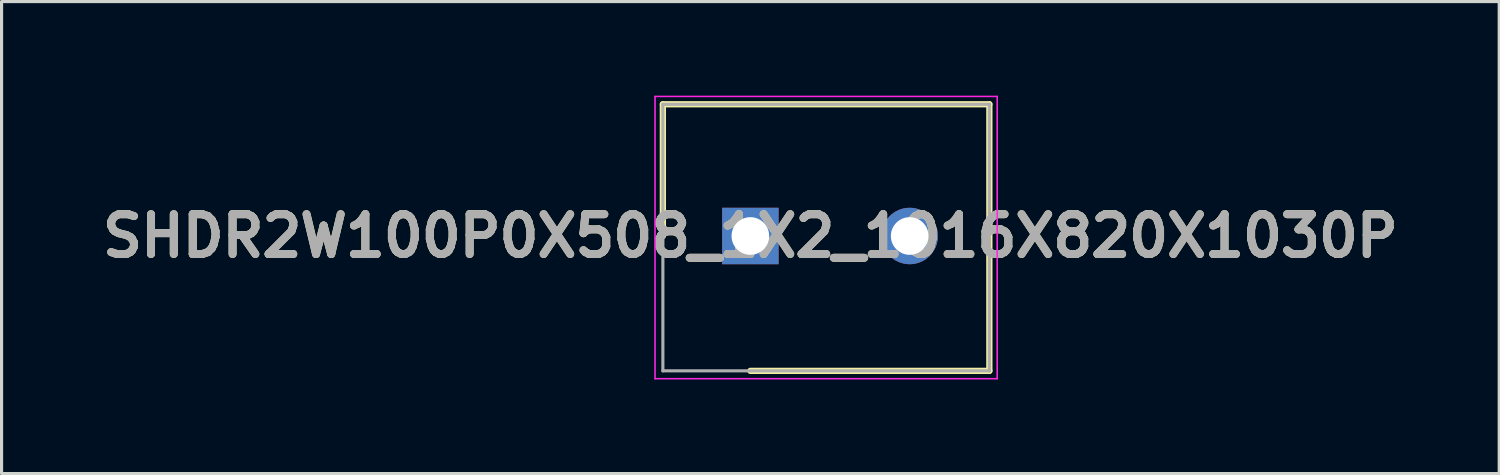
<source format=kicad_pcb>
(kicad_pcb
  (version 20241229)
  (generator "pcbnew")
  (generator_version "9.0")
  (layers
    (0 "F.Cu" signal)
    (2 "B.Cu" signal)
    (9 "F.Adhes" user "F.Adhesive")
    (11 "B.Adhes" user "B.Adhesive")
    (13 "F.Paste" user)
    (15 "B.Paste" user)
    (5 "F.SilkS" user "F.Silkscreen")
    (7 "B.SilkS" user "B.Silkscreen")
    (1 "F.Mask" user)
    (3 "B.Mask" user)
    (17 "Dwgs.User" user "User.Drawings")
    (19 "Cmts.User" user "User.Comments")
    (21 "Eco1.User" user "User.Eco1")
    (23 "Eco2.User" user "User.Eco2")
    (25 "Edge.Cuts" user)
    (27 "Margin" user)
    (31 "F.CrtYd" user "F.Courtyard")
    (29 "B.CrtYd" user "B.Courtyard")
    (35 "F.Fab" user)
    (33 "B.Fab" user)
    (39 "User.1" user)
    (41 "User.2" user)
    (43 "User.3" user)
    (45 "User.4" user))
  (footprint "SHDR2W100P0X508_1X2_1016X820X1030P"
    (layer "F.Cu")
    (at 20.876 4.475)
    (property "Reference" "SHDR2W100P0X508_1X2_1016X820X1030P" (at 0 0 0) (layer "F.SilkS") (effects (font (size 1.27 1.27) (thickness 0.254))))
    (attr through_hole)
    (fp_line (start -2.79 -4.2) (end -2.79 0) (stroke (width 0.2) (type solid)) (layer "F.SilkS"))
    (fp_line (start 0 4.3) (end 7.62 4.3) (stroke (width 0.2) (type solid)) (layer "F.SilkS"))
    (fp_line (start 7.62 -4.2) (end -2.79 -4.2) (stroke (width 0.2) (type solid)) (layer "F.SilkS"))
    (fp_line (start 7.62 4.3) (end 7.62 -4.2) (stroke (width 0.2) (type solid)) (layer "F.SilkS"))
    (fp_line (start -3.04 -4.45) (end 7.87 -4.45) (stroke (width 0.05) (type solid)) (layer "F.CrtYd"))
    (fp_line (start -3.04 4.55) (end -3.04 -4.45) (stroke (width 0.05) (type solid)) (layer "F.CrtYd"))
    (fp_line (start 7.87 -4.45) (end 7.87 4.55) (stroke (width 0.05) (type solid)) (layer "F.CrtYd"))
    (fp_line (start 7.87 4.55) (end -3.04 4.55) (stroke (width 0.05) (type solid)) (layer "F.CrtYd"))
    (fp_line (start -2.79 -4.2) (end 7.62 -4.2) (stroke (width 0.1) (type solid)) (layer "F.Fab"))
    (fp_line (start -2.79 4.3) (end -2.79 -4.2) (stroke (width 0.1) (type solid)) (layer "F.Fab"))
    (fp_line (start 7.62 -4.2) (end 7.62 4.3) (stroke (width 0.1) (type solid)) (layer "F.Fab"))
    (fp_line (start 7.62 4.3) (end -2.79 4.3) (stroke (width 0.1) (type solid)) (layer "F.Fab"))
    (fp_text user "${REFERENCE}" (at 0 0 0) (layer "F.Fab") (effects (font (size 1.27 1.27) (thickness 0.254))))
    (pad "1" thru_hole rect (at 0 0) (size 1.8 1.8) (drill 1.2) (layers "*.Cu" "*.Mask"))
    (pad "2" thru_hole circle (at 5.08 0) (size 1.8 1.8) (drill 1.2) (layers "*.Cu" "*.Mask")))
  (gr_rect
    (start -3 -3)
    (end 44.753 12.05)
    (stroke (width 0.1) (type default))
    (fill no)
    (layer "Edge.Cuts")))
</source>
